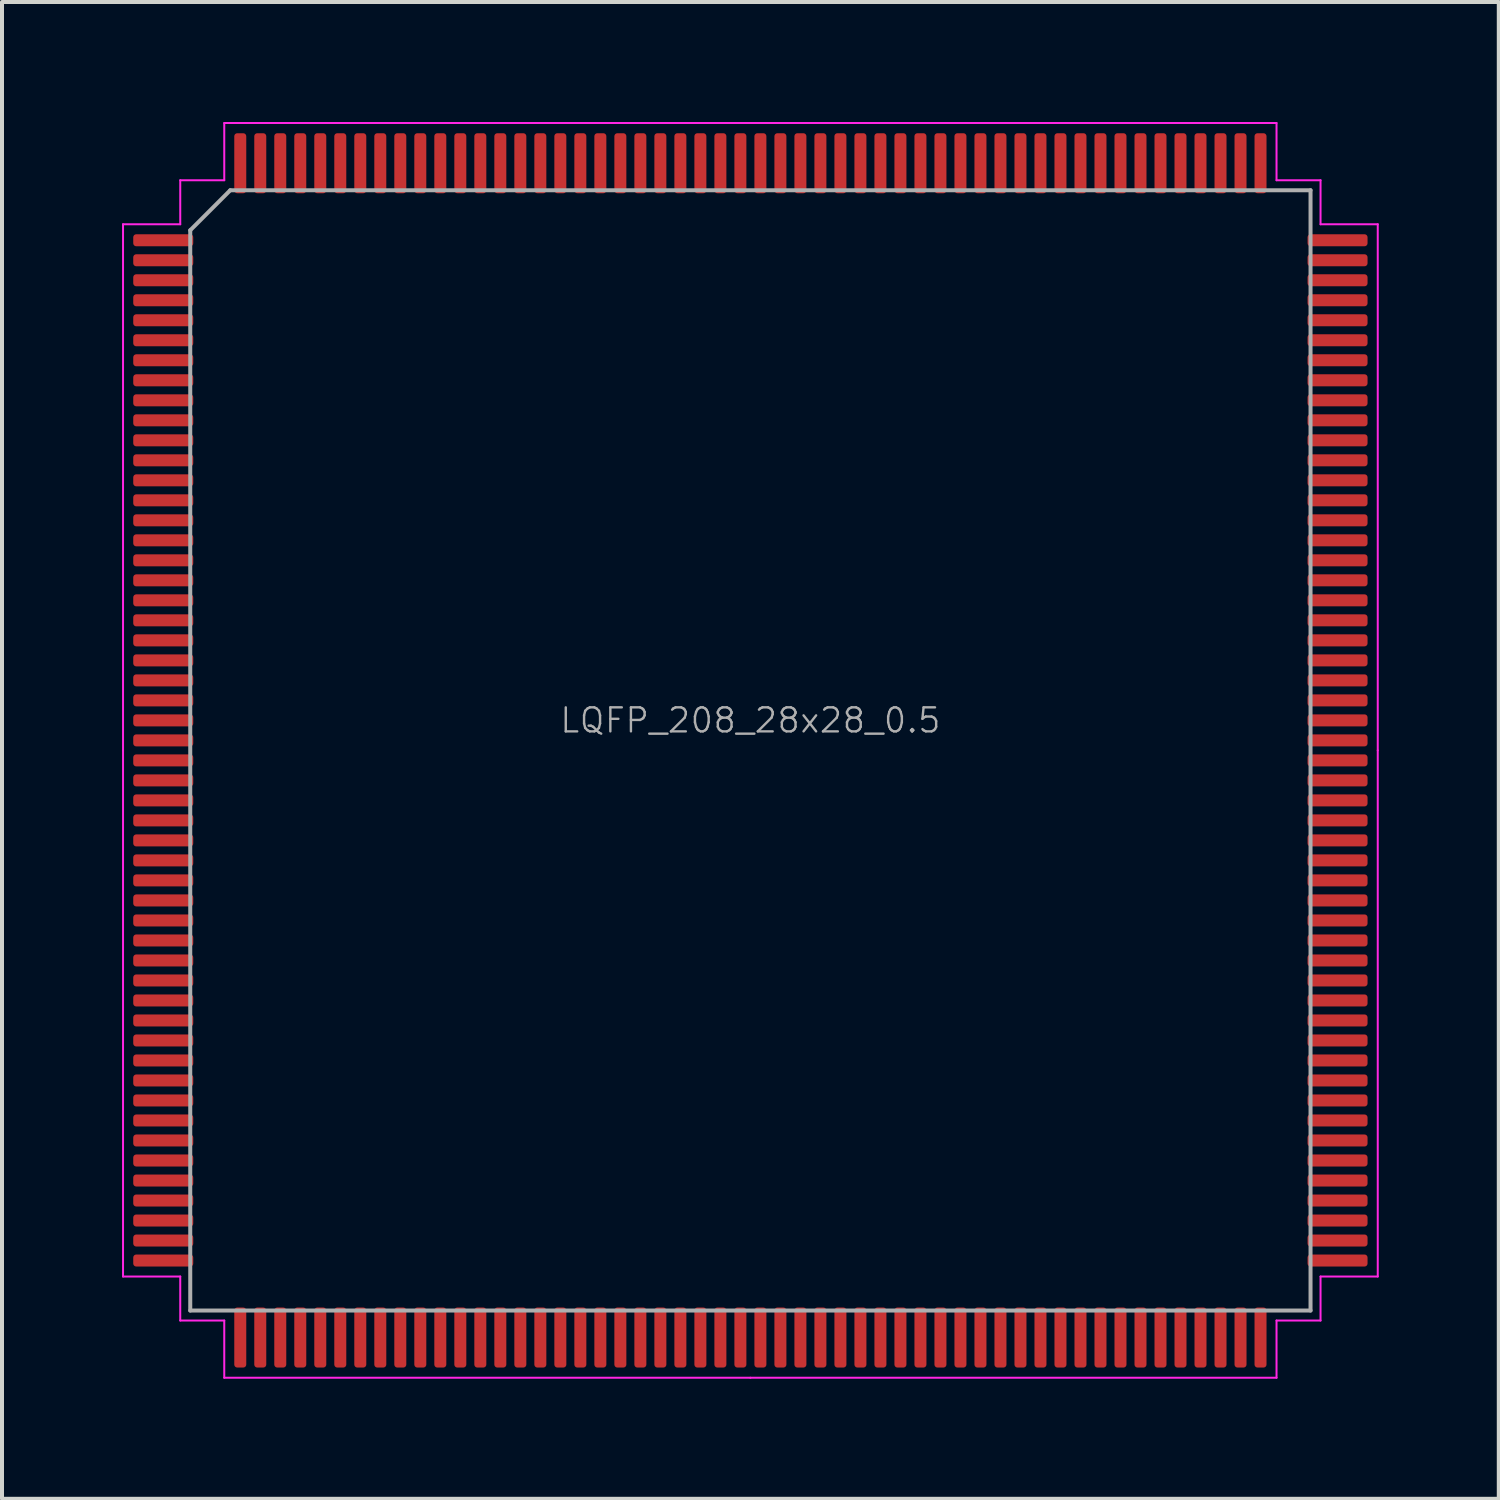
<source format=kicad_pcb>
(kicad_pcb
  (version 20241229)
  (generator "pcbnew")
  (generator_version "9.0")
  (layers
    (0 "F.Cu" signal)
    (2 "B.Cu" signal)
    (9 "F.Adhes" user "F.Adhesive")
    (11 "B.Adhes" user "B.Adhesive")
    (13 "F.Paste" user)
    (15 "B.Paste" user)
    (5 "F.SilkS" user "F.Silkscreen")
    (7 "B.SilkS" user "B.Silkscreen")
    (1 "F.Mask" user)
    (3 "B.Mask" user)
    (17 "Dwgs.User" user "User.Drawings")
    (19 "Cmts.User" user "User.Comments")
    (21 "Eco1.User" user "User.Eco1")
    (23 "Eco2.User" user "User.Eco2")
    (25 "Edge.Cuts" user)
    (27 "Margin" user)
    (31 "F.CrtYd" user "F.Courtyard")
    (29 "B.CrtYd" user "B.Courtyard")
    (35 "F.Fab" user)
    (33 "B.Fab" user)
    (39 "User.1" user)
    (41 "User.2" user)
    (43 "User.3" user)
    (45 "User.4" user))
  (footprint "LQFP_208_28x28_0.5"
    (layer "F.Cu")
    (at 15.705 15.705)
    (property "Reference" "LQFP_208_28x28_0.5" (at 0 -0.75 0) (unlocked yes) (layer "F.Fab") (effects (font (size 0.6 0.6) (thickness 0.06))))
    (attr smd)
    (fp_line (start -15.68 -13.15) (end -15.68 0) (stroke (width 0.05) (type solid)) (layer "F.CrtYd"))
    (fp_line (start -15.68 13.15) (end -15.68 0) (stroke (width 0.05) (type solid)) (layer "F.CrtYd"))
    (fp_line (start -14.25 -14.25) (end -14.25 -13.15) (stroke (width 0.05) (type solid)) (layer "F.CrtYd"))
    (fp_line (start -14.25 -13.15) (end -15.68 -13.15) (stroke (width 0.05) (type solid)) (layer "F.CrtYd"))
    (fp_line (start -14.25 13.15) (end -15.68 13.15) (stroke (width 0.05) (type solid)) (layer "F.CrtYd"))
    (fp_line (start -14.25 14.25) (end -14.25 13.15) (stroke (width 0.05) (type solid)) (layer "F.CrtYd"))
    (fp_line (start -13.15 -15.68) (end -13.15 -14.25) (stroke (width 0.05) (type solid)) (layer "F.CrtYd"))
    (fp_line (start -13.15 -14.25) (end -14.25 -14.25) (stroke (width 0.05) (type solid)) (layer "F.CrtYd"))
    (fp_line (start -13.15 14.25) (end -14.25 14.25) (stroke (width 0.05) (type solid)) (layer "F.CrtYd"))
    (fp_line (start -13.15 15.68) (end -13.15 14.25) (stroke (width 0.05) (type solid)) (layer "F.CrtYd"))
    (fp_line (start 0 -15.68) (end -13.15 -15.68) (stroke (width 0.05) (type solid)) (layer "F.CrtYd"))
    (fp_line (start 0 -15.68) (end 13.15 -15.68) (stroke (width 0.05) (type solid)) (layer "F.CrtYd"))
    (fp_line (start 0 15.68) (end -13.15 15.68) (stroke (width 0.05) (type solid)) (layer "F.CrtYd"))
    (fp_line (start 0 15.68) (end 13.15 15.68) (stroke (width 0.05) (type solid)) (layer "F.CrtYd"))
    (fp_line (start 13.15 -15.68) (end 13.15 -14.25) (stroke (width 0.05) (type solid)) (layer "F.CrtYd"))
    (fp_line (start 13.15 -14.25) (end 14.25 -14.25) (stroke (width 0.05) (type solid)) (layer "F.CrtYd"))
    (fp_line (start 13.15 14.25) (end 14.25 14.25) (stroke (width 0.05) (type solid)) (layer "F.CrtYd"))
    (fp_line (start 13.15 15.68) (end 13.15 14.25) (stroke (width 0.05) (type solid)) (layer "F.CrtYd"))
    (fp_line (start 14.25 -14.25) (end 14.25 -13.15) (stroke (width 0.05) (type solid)) (layer "F.CrtYd"))
    (fp_line (start 14.25 -13.15) (end 15.68 -13.15) (stroke (width 0.05) (type solid)) (layer "F.CrtYd"))
    (fp_line (start 14.25 13.15) (end 15.68 13.15) (stroke (width 0.05) (type solid)) (layer "F.CrtYd"))
    (fp_line (start 14.25 14.25) (end 14.25 13.15) (stroke (width 0.05) (type solid)) (layer "F.CrtYd"))
    (fp_line (start 15.68 -13.15) (end 15.68 0) (stroke (width 0.05) (type solid)) (layer "F.CrtYd"))
    (fp_line (start 15.68 13.15) (end 15.68 0) (stroke (width 0.05) (type solid)) (layer "F.CrtYd"))
    (fp_line (start -14 -13) (end -13 -14) (stroke (width 0.1) (type solid)) (layer "F.Fab"))
    (fp_line (start -14 14) (end -14 -13) (stroke (width 0.1) (type solid)) (layer "F.Fab"))
    (fp_line (start -13 -14) (end 14 -14) (stroke (width 0.1) (type solid)) (layer "F.Fab"))
    (fp_line (start 14 -14) (end 14 14) (stroke (width 0.1) (type solid)) (layer "F.Fab"))
    (fp_line (start 14 14) (end -14 14) (stroke (width 0.1) (type solid)) (layer "F.Fab"))
    (pad "1" smd roundrect (at -14.675 -12.75) (size 1.5 0.3) (layers "F.Cu" "F.Mask" "F.Paste") (roundrect_rratio 0.25))
    (pad "2" smd roundrect (at -14.675 -12.25) (size 1.5 0.3) (layers "F.Cu" "F.Mask" "F.Paste") (roundrect_rratio 0.25))
    (pad "3" smd roundrect (at -14.675 -11.75) (size 1.5 0.3) (layers "F.Cu" "F.Mask" "F.Paste") (roundrect_rratio 0.25))
    (pad "4" smd roundrect (at -14.675 -11.25) (size 1.5 0.3) (layers "F.Cu" "F.Mask" "F.Paste") (roundrect_rratio 0.25))
    (pad "5" smd roundrect (at -14.675 -10.75) (size 1.5 0.3) (layers "F.Cu" "F.Mask" "F.Paste") (roundrect_rratio 0.25))
    (pad "6" smd roundrect (at -14.675 -10.25) (size 1.5 0.3) (layers "F.Cu" "F.Mask" "F.Paste") (roundrect_rratio 0.25))
    (pad "7" smd roundrect (at -14.675 -9.75) (size 1.5 0.3) (layers "F.Cu" "F.Mask" "F.Paste") (roundrect_rratio 0.25))
    (pad "8" smd roundrect (at -14.675 -9.25) (size 1.5 0.3) (layers "F.Cu" "F.Mask" "F.Paste") (roundrect_rratio 0.25))
    (pad "9" smd roundrect (at -14.675 -8.75) (size 1.5 0.3) (layers "F.Cu" "F.Mask" "F.Paste") (roundrect_rratio 0.25))
    (pad "10" smd roundrect (at -14.675 -8.25) (size 1.5 0.3) (layers "F.Cu" "F.Mask" "F.Paste") (roundrect_rratio 0.25))
    (pad "11" smd roundrect (at -14.675 -7.75) (size 1.5 0.3) (layers "F.Cu" "F.Mask" "F.Paste") (roundrect_rratio 0.25))
    (pad "12" smd roundrect (at -14.675 -7.25) (size 1.5 0.3) (layers "F.Cu" "F.Mask" "F.Paste") (roundrect_rratio 0.25))
    (pad "13" smd roundrect (at -14.675 -6.75) (size 1.5 0.3) (layers "F.Cu" "F.Mask" "F.Paste") (roundrect_rratio 0.25))
    (pad "14" smd roundrect (at -14.675 -6.25) (size 1.5 0.3) (layers "F.Cu" "F.Mask" "F.Paste") (roundrect_rratio 0.25))
    (pad "15" smd roundrect (at -14.675 -5.75) (size 1.5 0.3) (layers "F.Cu" "F.Mask" "F.Paste") (roundrect_rratio 0.25))
    (pad "16" smd roundrect (at -14.675 -5.25) (size 1.5 0.3) (layers "F.Cu" "F.Mask" "F.Paste") (roundrect_rratio 0.25))
    (pad "17" smd roundrect (at -14.675 -4.75) (size 1.5 0.3) (layers "F.Cu" "F.Mask" "F.Paste") (roundrect_rratio 0.25))
    (pad "18" smd roundrect (at -14.675 -4.25) (size 1.5 0.3) (layers "F.Cu" "F.Mask" "F.Paste") (roundrect_rratio 0.25))
    (pad "19" smd roundrect (at -14.675 -3.75) (size 1.5 0.3) (layers "F.Cu" "F.Mask" "F.Paste") (roundrect_rratio 0.25))
    (pad "20" smd roundrect (at -14.675 -3.25) (size 1.5 0.3) (layers "F.Cu" "F.Mask" "F.Paste") (roundrect_rratio 0.25))
    (pad "21" smd roundrect (at -14.675 -2.75) (size 1.5 0.3) (layers "F.Cu" "F.Mask" "F.Paste") (roundrect_rratio 0.25))
    (pad "22" smd roundrect (at -14.675 -2.25) (size 1.5 0.3) (layers "F.Cu" "F.Mask" "F.Paste") (roundrect_rratio 0.25))
    (pad "23" smd roundrect (at -14.675 -1.75) (size 1.5 0.3) (layers "F.Cu" "F.Mask" "F.Paste") (roundrect_rratio 0.25))
    (pad "24" smd roundrect (at -14.675 -1.25) (size 1.5 0.3) (layers "F.Cu" "F.Mask" "F.Paste") (roundrect_rratio 0.25))
    (pad "25" smd roundrect (at -14.675 -0.75) (size 1.5 0.3) (layers "F.Cu" "F.Mask" "F.Paste") (roundrect_rratio 0.25))
    (pad "26" smd roundrect (at -14.675 -0.25) (size 1.5 0.3) (layers "F.Cu" "F.Mask" "F.Paste") (roundrect_rratio 0.25))
    (pad "27" smd roundrect (at -14.675 0.25) (size 1.5 0.3) (layers "F.Cu" "F.Mask" "F.Paste") (roundrect_rratio 0.25))
    (pad "28" smd roundrect (at -14.675 0.75) (size 1.5 0.3) (layers "F.Cu" "F.Mask" "F.Paste") (roundrect_rratio 0.25))
    (pad "29" smd roundrect (at -14.675 1.25) (size 1.5 0.3) (layers "F.Cu" "F.Mask" "F.Paste") (roundrect_rratio 0.25))
    (pad "30" smd roundrect (at -14.675 1.75) (size 1.5 0.3) (layers "F.Cu" "F.Mask" "F.Paste") (roundrect_rratio 0.25))
    (pad "31" smd roundrect (at -14.675 2.25) (size 1.5 0.3) (layers "F.Cu" "F.Mask" "F.Paste") (roundrect_rratio 0.25))
    (pad "32" smd roundrect (at -14.675 2.75) (size 1.5 0.3) (layers "F.Cu" "F.Mask" "F.Paste") (roundrect_rratio 0.25))
    (pad "33" smd roundrect (at -14.675 3.25) (size 1.5 0.3) (layers "F.Cu" "F.Mask" "F.Paste") (roundrect_rratio 0.25))
    (pad "34" smd roundrect (at -14.675 3.75) (size 1.5 0.3) (layers "F.Cu" "F.Mask" "F.Paste") (roundrect_rratio 0.25))
    (pad "35" smd roundrect (at -14.675 4.25) (size 1.5 0.3) (layers "F.Cu" "F.Mask" "F.Paste") (roundrect_rratio 0.25))
    (pad "36" smd roundrect (at -14.675 4.75) (size 1.5 0.3) (layers "F.Cu" "F.Mask" "F.Paste") (roundrect_rratio 0.25))
    (pad "37" smd roundrect (at -14.675 5.25) (size 1.5 0.3) (layers "F.Cu" "F.Mask" "F.Paste") (roundrect_rratio 0.25))
    (pad "38" smd roundrect (at -14.675 5.75) (size 1.5 0.3) (layers "F.Cu" "F.Mask" "F.Paste") (roundrect_rratio 0.25))
    (pad "39" smd roundrect (at -14.675 6.25) (size 1.5 0.3) (layers "F.Cu" "F.Mask" "F.Paste") (roundrect_rratio 0.25))
    (pad "40" smd roundrect (at -14.675 6.75) (size 1.5 0.3) (layers "F.Cu" "F.Mask" "F.Paste") (roundrect_rratio 0.25))
    (pad "41" smd roundrect (at -14.675 7.25) (size 1.5 0.3) (layers "F.Cu" "F.Mask" "F.Paste") (roundrect_rratio 0.25))
    (pad "42" smd roundrect (at -14.675 7.75) (size 1.5 0.3) (layers "F.Cu" "F.Mask" "F.Paste") (roundrect_rratio 0.25))
    (pad "43" smd roundrect (at -14.675 8.25) (size 1.5 0.3) (layers "F.Cu" "F.Mask" "F.Paste") (roundrect_rratio 0.25))
    (pad "44" smd roundrect (at -14.675 8.75) (size 1.5 0.3) (layers "F.Cu" "F.Mask" "F.Paste") (roundrect_rratio 0.25))
    (pad "45" smd roundrect (at -14.675 9.25) (size 1.5 0.3) (layers "F.Cu" "F.Mask" "F.Paste") (roundrect_rratio 0.25))
    (pad "46" smd roundrect (at -14.675 9.75) (size 1.5 0.3) (layers "F.Cu" "F.Mask" "F.Paste") (roundrect_rratio 0.25))
    (pad "47" smd roundrect (at -14.675 10.25) (size 1.5 0.3) (layers "F.Cu" "F.Mask" "F.Paste") (roundrect_rratio 0.25))
    (pad "48" smd roundrect (at -14.675 10.75) (size 1.5 0.3) (layers "F.Cu" "F.Mask" "F.Paste") (roundrect_rratio 0.25))
    (pad "49" smd roundrect (at -14.675 11.25) (size 1.5 0.3) (layers "F.Cu" "F.Mask" "F.Paste") (roundrect_rratio 0.25))
    (pad "50" smd roundrect (at -14.675 11.75) (size 1.5 0.3) (layers "F.Cu" "F.Mask" "F.Paste") (roundrect_rratio 0.25))
    (pad "51" smd roundrect (at -14.675 12.25) (size 1.5 0.3) (layers "F.Cu" "F.Mask" "F.Paste") (roundrect_rratio 0.25))
    (pad "52" smd roundrect (at -14.675 12.75) (size 1.5 0.3) (layers "F.Cu" "F.Mask" "F.Paste") (roundrect_rratio 0.25))
    (pad "53" smd roundrect (at -12.75 14.675) (size 0.3 1.5) (layers "F.Cu" "F.Mask" "F.Paste") (roundrect_rratio 0.25))
    (pad "54" smd roundrect (at -12.25 14.675) (size 0.3 1.5) (layers "F.Cu" "F.Mask" "F.Paste") (roundrect_rratio 0.25))
    (pad "55" smd roundrect (at -11.75 14.675) (size 0.3 1.5) (layers "F.Cu" "F.Mask" "F.Paste") (roundrect_rratio 0.25))
    (pad "56" smd roundrect (at -11.25 14.675) (size 0.3 1.5) (layers "F.Cu" "F.Mask" "F.Paste") (roundrect_rratio 0.25))
    (pad "57" smd roundrect (at -10.75 14.675) (size 0.3 1.5) (layers "F.Cu" "F.Mask" "F.Paste") (roundrect_rratio 0.25))
    (pad "58" smd roundrect (at -10.25 14.675) (size 0.3 1.5) (layers "F.Cu" "F.Mask" "F.Paste") (roundrect_rratio 0.25))
    (pad "59" smd roundrect (at -9.75 14.675) (size 0.3 1.5) (layers "F.Cu" "F.Mask" "F.Paste") (roundrect_rratio 0.25))
    (pad "60" smd roundrect (at -9.25 14.675) (size 0.3 1.5) (layers "F.Cu" "F.Mask" "F.Paste") (roundrect_rratio 0.25))
    (pad "61" smd roundrect (at -8.75 14.675) (size 0.3 1.5) (layers "F.Cu" "F.Mask" "F.Paste") (roundrect_rratio 0.25))
    (pad "62" smd roundrect (at -8.25 14.675) (size 0.3 1.5) (layers "F.Cu" "F.Mask" "F.Paste") (roundrect_rratio 0.25))
    (pad "63" smd roundrect (at -7.75 14.675) (size 0.3 1.5) (layers "F.Cu" "F.Mask" "F.Paste") (roundrect_rratio 0.25))
    (pad "64" smd roundrect (at -7.25 14.675) (size 0.3 1.5) (layers "F.Cu" "F.Mask" "F.Paste") (roundrect_rratio 0.25))
    (pad "65" smd roundrect (at -6.75 14.675) (size 0.3 1.5) (layers "F.Cu" "F.Mask" "F.Paste") (roundrect_rratio 0.25))
    (pad "66" smd roundrect (at -6.25 14.675) (size 0.3 1.5) (layers "F.Cu" "F.Mask" "F.Paste") (roundrect_rratio 0.25))
    (pad "67" smd roundrect (at -5.75 14.675) (size 0.3 1.5) (layers "F.Cu" "F.Mask" "F.Paste") (roundrect_rratio 0.25))
    (pad "68" smd roundrect (at -5.25 14.675) (size 0.3 1.5) (layers "F.Cu" "F.Mask" "F.Paste") (roundrect_rratio 0.25))
    (pad "69" smd roundrect (at -4.75 14.675) (size 0.3 1.5) (layers "F.Cu" "F.Mask" "F.Paste") (roundrect_rratio 0.25))
    (pad "70" smd roundrect (at -4.25 14.675) (size 0.3 1.5) (layers "F.Cu" "F.Mask" "F.Paste") (roundrect_rratio 0.25))
    (pad "71" smd roundrect (at -3.75 14.675) (size 0.3 1.5) (layers "F.Cu" "F.Mask" "F.Paste") (roundrect_rratio 0.25))
    (pad "72" smd roundrect (at -3.25 14.675) (size 0.3 1.5) (layers "F.Cu" "F.Mask" "F.Paste") (roundrect_rratio 0.25))
    (pad "73" smd roundrect (at -2.75 14.675) (size 0.3 1.5) (layers "F.Cu" "F.Mask" "F.Paste") (roundrect_rratio 0.25))
    (pad "74" smd roundrect (at -2.25 14.675) (size 0.3 1.5) (layers "F.Cu" "F.Mask" "F.Paste") (roundrect_rratio 0.25))
    (pad "75" smd roundrect (at -1.75 14.675) (size 0.3 1.5) (layers "F.Cu" "F.Mask" "F.Paste") (roundrect_rratio 0.25))
    (pad "76" smd roundrect (at -1.25 14.675) (size 0.3 1.5) (layers "F.Cu" "F.Mask" "F.Paste") (roundrect_rratio 0.25))
    (pad "77" smd roundrect (at -0.75 14.675) (size 0.3 1.5) (layers "F.Cu" "F.Mask" "F.Paste") (roundrect_rratio 0.25))
    (pad "78" smd roundrect (at -0.25 14.675) (size 0.3 1.5) (layers "F.Cu" "F.Mask" "F.Paste") (roundrect_rratio 0.25))
    (pad "79" smd roundrect (at 0.25 14.675) (size 0.3 1.5) (layers "F.Cu" "F.Mask" "F.Paste") (roundrect_rratio 0.25))
    (pad "80" smd roundrect (at 0.75 14.675) (size 0.3 1.5) (layers "F.Cu" "F.Mask" "F.Paste") (roundrect_rratio 0.25))
    (pad "81" smd roundrect (at 1.25 14.675) (size 0.3 1.5) (layers "F.Cu" "F.Mask" "F.Paste") (roundrect_rratio 0.25))
    (pad "82" smd roundrect (at 1.75 14.675) (size 0.3 1.5) (layers "F.Cu" "F.Mask" "F.Paste") (roundrect_rratio 0.25))
    (pad "83" smd roundrect (at 2.25 14.675) (size 0.3 1.5) (layers "F.Cu" "F.Mask" "F.Paste") (roundrect_rratio 0.25))
    (pad "84" smd roundrect (at 2.75 14.675) (size 0.3 1.5) (layers "F.Cu" "F.Mask" "F.Paste") (roundrect_rratio 0.25))
    (pad "85" smd roundrect (at 3.25 14.675) (size 0.3 1.5) (layers "F.Cu" "F.Mask" "F.Paste") (roundrect_rratio 0.25))
    (pad "86" smd roundrect (at 3.75 14.675) (size 0.3 1.5) (layers "F.Cu" "F.Mask" "F.Paste") (roundrect_rratio 0.25))
    (pad "87" smd roundrect (at 4.25 14.675) (size 0.3 1.5) (layers "F.Cu" "F.Mask" "F.Paste") (roundrect_rratio 0.25))
    (pad "88" smd roundrect (at 4.75 14.675) (size 0.3 1.5) (layers "F.Cu" "F.Mask" "F.Paste") (roundrect_rratio 0.25))
    (pad "89" smd roundrect (at 5.25 14.675) (size 0.3 1.5) (layers "F.Cu" "F.Mask" "F.Paste") (roundrect_rratio 0.25))
    (pad "90" smd roundrect (at 5.75 14.675) (size 0.3 1.5) (layers "F.Cu" "F.Mask" "F.Paste") (roundrect_rratio 0.25))
    (pad "91" smd roundrect (at 6.25 14.675) (size 0.3 1.5) (layers "F.Cu" "F.Mask" "F.Paste") (roundrect_rratio 0.25))
    (pad "92" smd roundrect (at 6.75 14.675) (size 0.3 1.5) (layers "F.Cu" "F.Mask" "F.Paste") (roundrect_rratio 0.25))
    (pad "93" smd roundrect (at 7.25 14.675) (size 0.3 1.5) (layers "F.Cu" "F.Mask" "F.Paste") (roundrect_rratio 0.25))
    (pad "94" smd roundrect (at 7.75 14.675) (size 0.3 1.5) (layers "F.Cu" "F.Mask" "F.Paste") (roundrect_rratio 0.25))
    (pad "95" smd roundrect (at 8.25 14.675) (size 0.3 1.5) (layers "F.Cu" "F.Mask" "F.Paste") (roundrect_rratio 0.25))
    (pad "96" smd roundrect (at 8.75 14.675) (size 0.3 1.5) (layers "F.Cu" "F.Mask" "F.Paste") (roundrect_rratio 0.25))
    (pad "97" smd roundrect (at 9.25 14.675) (size 0.3 1.5) (layers "F.Cu" "F.Mask" "F.Paste") (roundrect_rratio 0.25))
    (pad "98" smd roundrect (at 9.75 14.675) (size 0.3 1.5) (layers "F.Cu" "F.Mask" "F.Paste") (roundrect_rratio 0.25))
    (pad "99" smd roundrect (at 10.25 14.675) (size 0.3 1.5) (layers "F.Cu" "F.Mask" "F.Paste") (roundrect_rratio 0.25))
    (pad "100" smd roundrect (at 10.75 14.675) (size 0.3 1.5) (layers "F.Cu" "F.Mask" "F.Paste") (roundrect_rratio 0.25))
    (pad "101" smd roundrect (at 11.25 14.675) (size 0.3 1.5) (layers "F.Cu" "F.Mask" "F.Paste") (roundrect_rratio 0.25))
    (pad "102" smd roundrect (at 11.75 14.675) (size 0.3 1.5) (layers "F.Cu" "F.Mask" "F.Paste") (roundrect_rratio 0.25))
    (pad "103" smd roundrect (at 12.25 14.675) (size 0.3 1.5) (layers "F.Cu" "F.Mask" "F.Paste") (roundrect_rratio 0.25))
    (pad "104" smd roundrect (at 12.75 14.675) (size 0.3 1.5) (layers "F.Cu" "F.Mask" "F.Paste") (roundrect_rratio 0.25))
    (pad "105" smd roundrect (at 14.675 12.75) (size 1.5 0.3) (layers "F.Cu" "F.Mask" "F.Paste") (roundrect_rratio 0.25))
    (pad "106" smd roundrect (at 14.675 12.25) (size 1.5 0.3) (layers "F.Cu" "F.Mask" "F.Paste") (roundrect_rratio 0.25))
    (pad "107" smd roundrect (at 14.675 11.75) (size 1.5 0.3) (layers "F.Cu" "F.Mask" "F.Paste") (roundrect_rratio 0.25))
    (pad "108" smd roundrect (at 14.675 11.25) (size 1.5 0.3) (layers "F.Cu" "F.Mask" "F.Paste") (roundrect_rratio 0.25))
    (pad "109" smd roundrect (at 14.675 10.75) (size 1.5 0.3) (layers "F.Cu" "F.Mask" "F.Paste") (roundrect_rratio 0.25))
    (pad "110" smd roundrect (at 14.675 10.25) (size 1.5 0.3) (layers "F.Cu" "F.Mask" "F.Paste") (roundrect_rratio 0.25))
    (pad "111" smd roundrect (at 14.675 9.75) (size 1.5 0.3) (layers "F.Cu" "F.Mask" "F.Paste") (roundrect_rratio 0.25))
    (pad "112" smd roundrect (at 14.675 9.25) (size 1.5 0.3) (layers "F.Cu" "F.Mask" "F.Paste") (roundrect_rratio 0.25))
    (pad "113" smd roundrect (at 14.675 8.75) (size 1.5 0.3) (layers "F.Cu" "F.Mask" "F.Paste") (roundrect_rratio 0.25))
    (pad "114" smd roundrect (at 14.675 8.25) (size 1.5 0.3) (layers "F.Cu" "F.Mask" "F.Paste") (roundrect_rratio 0.25))
    (pad "115" smd roundrect (at 14.675 7.75) (size 1.5 0.3) (layers "F.Cu" "F.Mask" "F.Paste") (roundrect_rratio 0.25))
    (pad "116" smd roundrect (at 14.675 7.25) (size 1.5 0.3) (layers "F.Cu" "F.Mask" "F.Paste") (roundrect_rratio 0.25))
    (pad "117" smd roundrect (at 14.675 6.75) (size 1.5 0.3) (layers "F.Cu" "F.Mask" "F.Paste") (roundrect_rratio 0.25))
    (pad "118" smd roundrect (at 14.675 6.25) (size 1.5 0.3) (layers "F.Cu" "F.Mask" "F.Paste") (roundrect_rratio 0.25))
    (pad "119" smd roundrect (at 14.675 5.75) (size 1.5 0.3) (layers "F.Cu" "F.Mask" "F.Paste") (roundrect_rratio 0.25))
    (pad "120" smd roundrect (at 14.675 5.25) (size 1.5 0.3) (layers "F.Cu" "F.Mask" "F.Paste") (roundrect_rratio 0.25))
    (pad "121" smd roundrect (at 14.675 4.75) (size 1.5 0.3) (layers "F.Cu" "F.Mask" "F.Paste") (roundrect_rratio 0.25))
    (pad "122" smd roundrect (at 14.675 4.25) (size 1.5 0.3) (layers "F.Cu" "F.Mask" "F.Paste") (roundrect_rratio 0.25))
    (pad "123" smd roundrect (at 14.675 3.75) (size 1.5 0.3) (layers "F.Cu" "F.Mask" "F.Paste") (roundrect_rratio 0.25))
    (pad "124" smd roundrect (at 14.675 3.25) (size 1.5 0.3) (layers "F.Cu" "F.Mask" "F.Paste") (roundrect_rratio 0.25))
    (pad "125" smd roundrect (at 14.675 2.75) (size 1.5 0.3) (layers "F.Cu" "F.Mask" "F.Paste") (roundrect_rratio 0.25))
    (pad "126" smd roundrect (at 14.675 2.25) (size 1.5 0.3) (layers "F.Cu" "F.Mask" "F.Paste") (roundrect_rratio 0.25))
    (pad "127" smd roundrect (at 14.675 1.75) (size 1.5 0.3) (layers "F.Cu" "F.Mask" "F.Paste") (roundrect_rratio 0.25))
    (pad "128" smd roundrect (at 14.675 1.25) (size 1.5 0.3) (layers "F.Cu" "F.Mask" "F.Paste") (roundrect_rratio 0.25))
    (pad "129" smd roundrect (at 14.675 0.75) (size 1.5 0.3) (layers "F.Cu" "F.Mask" "F.Paste") (roundrect_rratio 0.25))
    (pad "130" smd roundrect (at 14.675 0.25) (size 1.5 0.3) (layers "F.Cu" "F.Mask" "F.Paste") (roundrect_rratio 0.25))
    (pad "131" smd roundrect (at 14.675 -0.25) (size 1.5 0.3) (layers "F.Cu" "F.Mask" "F.Paste") (roundrect_rratio 0.25))
    (pad "132" smd roundrect (at 14.675 -0.75) (size 1.5 0.3) (layers "F.Cu" "F.Mask" "F.Paste") (roundrect_rratio 0.25))
    (pad "133" smd roundrect (at 14.675 -1.25) (size 1.5 0.3) (layers "F.Cu" "F.Mask" "F.Paste") (roundrect_rratio 0.25))
    (pad "134" smd roundrect (at 14.675 -1.75) (size 1.5 0.3) (layers "F.Cu" "F.Mask" "F.Paste") (roundrect_rratio 0.25))
    (pad "135" smd roundrect (at 14.675 -2.25) (size 1.5 0.3) (layers "F.Cu" "F.Mask" "F.Paste") (roundrect_rratio 0.25))
    (pad "136" smd roundrect (at 14.675 -2.75) (size 1.5 0.3) (layers "F.Cu" "F.Mask" "F.Paste") (roundrect_rratio 0.25))
    (pad "137" smd roundrect (at 14.675 -3.25) (size 1.5 0.3) (layers "F.Cu" "F.Mask" "F.Paste") (roundrect_rratio 0.25))
    (pad "138" smd roundrect (at 14.675 -3.75) (size 1.5 0.3) (layers "F.Cu" "F.Mask" "F.Paste") (roundrect_rratio 0.25))
    (pad "139" smd roundrect (at 14.675 -4.25) (size 1.5 0.3) (layers "F.Cu" "F.Mask" "F.Paste") (roundrect_rratio 0.25))
    (pad "140" smd roundrect (at 14.675 -4.75) (size 1.5 0.3) (layers "F.Cu" "F.Mask" "F.Paste") (roundrect_rratio 0.25))
    (pad "141" smd roundrect (at 14.675 -5.25) (size 1.5 0.3) (layers "F.Cu" "F.Mask" "F.Paste") (roundrect_rratio 0.25))
    (pad "142" smd roundrect (at 14.675 -5.75) (size 1.5 0.3) (layers "F.Cu" "F.Mask" "F.Paste") (roundrect_rratio 0.25))
    (pad "143" smd roundrect (at 14.675 -6.25) (size 1.5 0.3) (layers "F.Cu" "F.Mask" "F.Paste") (roundrect_rratio 0.25))
    (pad "144" smd roundrect (at 14.675 -6.75) (size 1.5 0.3) (layers "F.Cu" "F.Mask" "F.Paste") (roundrect_rratio 0.25))
    (pad "145" smd roundrect (at 14.675 -7.25) (size 1.5 0.3) (layers "F.Cu" "F.Mask" "F.Paste") (roundrect_rratio 0.25))
    (pad "146" smd roundrect (at 14.675 -7.75) (size 1.5 0.3) (layers "F.Cu" "F.Mask" "F.Paste") (roundrect_rratio 0.25))
    (pad "147" smd roundrect (at 14.675 -8.25) (size 1.5 0.3) (layers "F.Cu" "F.Mask" "F.Paste") (roundrect_rratio 0.25))
    (pad "148" smd roundrect (at 14.675 -8.75) (size 1.5 0.3) (layers "F.Cu" "F.Mask" "F.Paste") (roundrect_rratio 0.25))
    (pad "149" smd roundrect (at 14.675 -9.25) (size 1.5 0.3) (layers "F.Cu" "F.Mask" "F.Paste") (roundrect_rratio 0.25))
    (pad "150" smd roundrect (at 14.675 -9.75) (size 1.5 0.3) (layers "F.Cu" "F.Mask" "F.Paste") (roundrect_rratio 0.25))
    (pad "151" smd roundrect (at 14.675 -10.25) (size 1.5 0.3) (layers "F.Cu" "F.Mask" "F.Paste") (roundrect_rratio 0.25))
    (pad "152" smd roundrect (at 14.675 -10.75) (size 1.5 0.3) (layers "F.Cu" "F.Mask" "F.Paste") (roundrect_rratio 0.25))
    (pad "153" smd roundrect (at 14.675 -11.25) (size 1.5 0.3) (layers "F.Cu" "F.Mask" "F.Paste") (roundrect_rratio 0.25))
    (pad "154" smd roundrect (at 14.675 -11.75) (size 1.5 0.3) (layers "F.Cu" "F.Mask" "F.Paste") (roundrect_rratio 0.25))
    (pad "155" smd roundrect (at 14.675 -12.25) (size 1.5 0.3) (layers "F.Cu" "F.Mask" "F.Paste") (roundrect_rratio 0.25))
    (pad "156" smd roundrect (at 14.675 -12.75) (size 1.5 0.3) (layers "F.Cu" "F.Mask" "F.Paste") (roundrect_rratio 0.25))
    (pad "157" smd roundrect (at 12.75 -14.675) (size 0.3 1.5) (layers "F.Cu" "F.Mask" "F.Paste") (roundrect_rratio 0.25))
    (pad "158" smd roundrect (at 12.25 -14.675) (size 0.3 1.5) (layers "F.Cu" "F.Mask" "F.Paste") (roundrect_rratio 0.25))
    (pad "159" smd roundrect (at 11.75 -14.675) (size 0.3 1.5) (layers "F.Cu" "F.Mask" "F.Paste") (roundrect_rratio 0.25))
    (pad "160" smd roundrect (at 11.25 -14.675) (size 0.3 1.5) (layers "F.Cu" "F.Mask" "F.Paste") (roundrect_rratio 0.25))
    (pad "161" smd roundrect (at 10.75 -14.675) (size 0.3 1.5) (layers "F.Cu" "F.Mask" "F.Paste") (roundrect_rratio 0.25))
    (pad "162" smd roundrect (at 10.25 -14.675) (size 0.3 1.5) (layers "F.Cu" "F.Mask" "F.Paste") (roundrect_rratio 0.25))
    (pad "163" smd roundrect (at 9.75 -14.675) (size 0.3 1.5) (layers "F.Cu" "F.Mask" "F.Paste") (roundrect_rratio 0.25))
    (pad "164" smd roundrect (at 9.25 -14.675) (size 0.3 1.5) (layers "F.Cu" "F.Mask" "F.Paste") (roundrect_rratio 0.25))
    (pad "165" smd roundrect (at 8.75 -14.675) (size 0.3 1.5) (layers "F.Cu" "F.Mask" "F.Paste") (roundrect_rratio 0.25))
    (pad "166" smd roundrect (at 8.25 -14.675) (size 0.3 1.5) (layers "F.Cu" "F.Mask" "F.Paste") (roundrect_rratio 0.25))
    (pad "167" smd roundrect (at 7.75 -14.675) (size 0.3 1.5) (layers "F.Cu" "F.Mask" "F.Paste") (roundrect_rratio 0.25))
    (pad "168" smd roundrect (at 7.25 -14.675) (size 0.3 1.5) (layers "F.Cu" "F.Mask" "F.Paste") (roundrect_rratio 0.25))
    (pad "169" smd roundrect (at 6.75 -14.675) (size 0.3 1.5) (layers "F.Cu" "F.Mask" "F.Paste") (roundrect_rratio 0.25))
    (pad "170" smd roundrect (at 6.25 -14.675) (size 0.3 1.5) (layers "F.Cu" "F.Mask" "F.Paste") (roundrect_rratio 0.25))
    (pad "171" smd roundrect (at 5.75 -14.675) (size 0.3 1.5) (layers "F.Cu" "F.Mask" "F.Paste") (roundrect_rratio 0.25))
    (pad "172" smd roundrect (at 5.25 -14.675) (size 0.3 1.5) (layers "F.Cu" "F.Mask" "F.Paste") (roundrect_rratio 0.25))
    (pad "173" smd roundrect (at 4.75 -14.675) (size 0.3 1.5) (layers "F.Cu" "F.Mask" "F.Paste") (roundrect_rratio 0.25))
    (pad "174" smd roundrect (at 4.25 -14.675) (size 0.3 1.5) (layers "F.Cu" "F.Mask" "F.Paste") (roundrect_rratio 0.25))
    (pad "175" smd roundrect (at 3.75 -14.675) (size 0.3 1.5) (layers "F.Cu" "F.Mask" "F.Paste") (roundrect_rratio 0.25))
    (pad "176" smd roundrect (at 3.25 -14.675) (size 0.3 1.5) (layers "F.Cu" "F.Mask" "F.Paste") (roundrect_rratio 0.25))
    (pad "177" smd roundrect (at 2.75 -14.675) (size 0.3 1.5) (layers "F.Cu" "F.Mask" "F.Paste") (roundrect_rratio 0.25))
    (pad "178" smd roundrect (at 2.25 -14.675) (size 0.3 1.5) (layers "F.Cu" "F.Mask" "F.Paste") (roundrect_rratio 0.25))
    (pad "179" smd roundrect (at 1.75 -14.675) (size 0.3 1.5) (layers "F.Cu" "F.Mask" "F.Paste") (roundrect_rratio 0.25))
    (pad "180" smd roundrect (at 1.25 -14.675) (size 0.3 1.5) (layers "F.Cu" "F.Mask" "F.Paste") (roundrect_rratio 0.25))
    (pad "181" smd roundrect (at 0.75 -14.675) (size 0.3 1.5) (layers "F.Cu" "F.Mask" "F.Paste") (roundrect_rratio 0.25))
    (pad "182" smd roundrect (at 0.25 -14.675) (size 0.3 1.5) (layers "F.Cu" "F.Mask" "F.Paste") (roundrect_rratio 0.25))
    (pad "183" smd roundrect (at -0.25 -14.675) (size 0.3 1.5) (layers "F.Cu" "F.Mask" "F.Paste") (roundrect_rratio 0.25))
    (pad "184" smd roundrect (at -0.75 -14.675) (size 0.3 1.5) (layers "F.Cu" "F.Mask" "F.Paste") (roundrect_rratio 0.25))
    (pad "185" smd roundrect (at -1.25 -14.675) (size 0.3 1.5) (layers "F.Cu" "F.Mask" "F.Paste") (roundrect_rratio 0.25))
    (pad "186" smd roundrect (at -1.75 -14.675) (size 0.3 1.5) (layers "F.Cu" "F.Mask" "F.Paste") (roundrect_rratio 0.25))
    (pad "187" smd roundrect (at -2.25 -14.675) (size 0.3 1.5) (layers "F.Cu" "F.Mask" "F.Paste") (roundrect_rratio 0.25))
    (pad "188" smd roundrect (at -2.75 -14.675) (size 0.3 1.5) (layers "F.Cu" "F.Mask" "F.Paste") (roundrect_rratio 0.25))
    (pad "189" smd roundrect (at -3.25 -14.675) (size 0.3 1.5) (layers "F.Cu" "F.Mask" "F.Paste") (roundrect_rratio 0.25))
    (pad "190" smd roundrect (at -3.75 -14.675) (size 0.3 1.5) (layers "F.Cu" "F.Mask" "F.Paste") (roundrect_rratio 0.25))
    (pad "191" smd roundrect (at -4.25 -14.675) (size 0.3 1.5) (layers "F.Cu" "F.Mask" "F.Paste") (roundrect_rratio 0.25))
    (pad "192" smd roundrect (at -4.75 -14.675) (size 0.3 1.5) (layers "F.Cu" "F.Mask" "F.Paste") (roundrect_rratio 0.25))
    (pad "193" smd roundrect (at -5.25 -14.675) (size 0.3 1.5) (layers "F.Cu" "F.Mask" "F.Paste") (roundrect_rratio 0.25))
    (pad "194" smd roundrect (at -5.75 -14.675) (size 0.3 1.5) (layers "F.Cu" "F.Mask" "F.Paste") (roundrect_rratio 0.25))
    (pad "195" smd roundrect (at -6.25 -14.675) (size 0.3 1.5) (layers "F.Cu" "F.Mask" "F.Paste") (roundrect_rratio 0.25))
    (pad "196" smd roundrect (at -6.75 -14.675) (size 0.3 1.5) (layers "F.Cu" "F.Mask" "F.Paste") (roundrect_rratio 0.25))
    (pad "197" smd roundrect (at -7.25 -14.675) (size 0.3 1.5) (layers "F.Cu" "F.Mask" "F.Paste") (roundrect_rratio 0.25))
    (pad "198" smd roundrect (at -7.75 -14.675) (size 0.3 1.5) (layers "F.Cu" "F.Mask" "F.Paste") (roundrect_rratio 0.25))
    (pad "199" smd roundrect (at -8.25 -14.675) (size 0.3 1.5) (layers "F.Cu" "F.Mask" "F.Paste") (roundrect_rratio 0.25))
    (pad "200" smd roundrect (at -8.75 -14.675) (size 0.3 1.5) (layers "F.Cu" "F.Mask" "F.Paste") (roundrect_rratio 0.25))
    (pad "201" smd roundrect (at -9.25 -14.675) (size 0.3 1.5) (layers "F.Cu" "F.Mask" "F.Paste") (roundrect_rratio 0.25))
    (pad "202" smd roundrect (at -9.75 -14.675) (size 0.3 1.5) (layers "F.Cu" "F.Mask" "F.Paste") (roundrect_rratio 0.25))
    (pad "203" smd roundrect (at -10.25 -14.675) (size 0.3 1.5) (layers "F.Cu" "F.Mask" "F.Paste") (roundrect_rratio 0.25))
    (pad "204" smd roundrect (at -10.75 -14.675) (size 0.3 1.5) (layers "F.Cu" "F.Mask" "F.Paste") (roundrect_rratio 0.25))
    (pad "205" smd roundrect (at -11.25 -14.675) (size 0.3 1.5) (layers "F.Cu" "F.Mask" "F.Paste") (roundrect_rratio 0.25))
    (pad "206" smd roundrect (at -11.75 -14.675) (size 0.3 1.5) (layers "F.Cu" "F.Mask" "F.Paste") (roundrect_rratio 0.25))
    (pad "207" smd roundrect (at -12.25 -14.675) (size 0.3 1.5) (layers "F.Cu" "F.Mask" "F.Paste") (roundrect_rratio 0.25))
    (pad "208" smd roundrect (at -12.75 -14.675) (size 0.3 1.5) (layers "F.Cu" "F.Mask" "F.Paste") (roundrect_rratio 0.25)))
  (gr_rect
    (start -3 -3)
    (end 34.41 34.41)
    (stroke (width 0.1) (type default))
    (fill no)
    (layer "Edge.Cuts")))
</source>
